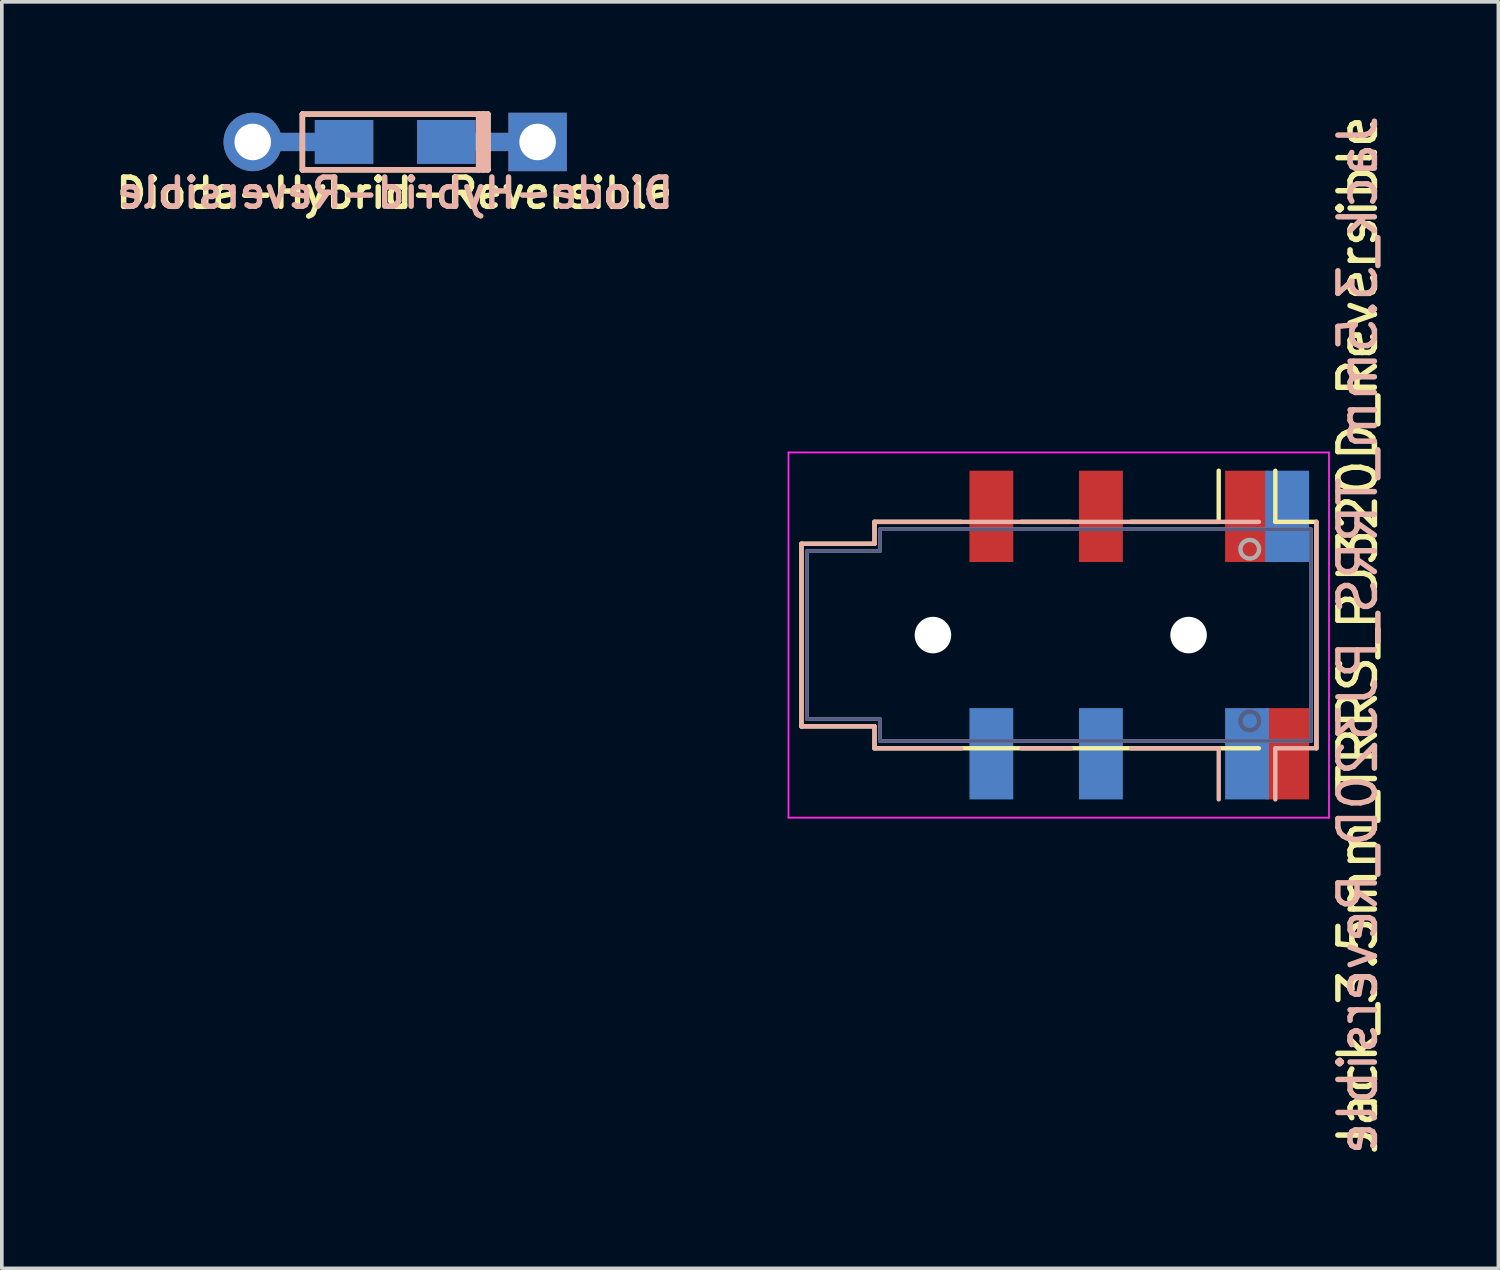
<source format=kicad_pcb>
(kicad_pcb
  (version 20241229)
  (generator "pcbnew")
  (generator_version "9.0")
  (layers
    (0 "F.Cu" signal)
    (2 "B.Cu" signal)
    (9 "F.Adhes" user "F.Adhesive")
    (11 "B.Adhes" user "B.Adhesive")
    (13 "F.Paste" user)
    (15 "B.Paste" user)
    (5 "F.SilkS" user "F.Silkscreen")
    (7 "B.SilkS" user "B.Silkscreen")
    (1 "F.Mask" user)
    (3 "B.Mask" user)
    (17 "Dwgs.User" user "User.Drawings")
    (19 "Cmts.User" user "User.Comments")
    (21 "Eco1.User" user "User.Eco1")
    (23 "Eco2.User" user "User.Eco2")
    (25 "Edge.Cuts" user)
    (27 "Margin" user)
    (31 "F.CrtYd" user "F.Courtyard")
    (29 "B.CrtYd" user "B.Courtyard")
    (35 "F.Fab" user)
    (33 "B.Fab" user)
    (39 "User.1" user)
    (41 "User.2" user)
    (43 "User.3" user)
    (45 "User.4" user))
  (footprint "Jack_3.5mm_TRRS_PJ320D_Reversible"
    (layer "F.Cu")
    (at 27.27 14.339)
    (property "Reference" "Jack_3.5mm_TRRS_PJ320D_Reversible" (at 6.858 0 90) (layer "F.SilkS") (effects (font (size 1 1) (thickness 0.15))))
    (attr smd)
    (fp_line (start -8.375 -2.5) (end -8.375 2.5) (stroke (width 0.12) (type solid)) (layer "F.SilkS"))
    (fp_line (start -6.375 -3.1) (end -6.375 -2.5) (stroke (width 0.12) (type solid)) (layer "F.SilkS"))
    (fp_line (start -6.375 -3.1) (end -4 -3.1) (stroke (width 0.12) (type solid)) (layer "F.SilkS"))
    (fp_line (start -6.375 -2.5) (end -8.375 -2.5) (stroke (width 0.12) (type solid)) (layer "F.SilkS"))
    (fp_line (start -6.375 2.5) (end -8.375 2.5) (stroke (width 0.12) (type solid)) (layer "F.SilkS"))
    (fp_line (start -6.375 2.5) (end -6.375 3.1) (stroke (width 0.12) (type solid)) (layer "F.SilkS"))
    (fp_line (start -2.35 -3.1) (end -1 -3.1) (stroke (width 0.12) (type solid)) (layer "F.SilkS"))
    (fp_line (start 0.65 -3.1) (end 3.05 -3.1) (stroke (width 0.12) (type solid)) (layer "F.SilkS"))
    (fp_line (start 3.05 -3.1) (end 3.05 -4.5) (stroke (width 0.12) (type solid)) (layer "F.SilkS"))
    (fp_line (start 4.15 3.1) (end -6.375 3.1) (stroke (width 0.12) (type solid)) (layer "F.SilkS"))
    (fp_line (start 4.6 -3.1) (end 4.6 -4.5) (stroke (width 0.12) (type solid)) (layer "F.SilkS"))
    (fp_line (start 4.6 -3.1) (end 5.725 -3.1) (stroke (width 0.12) (type solid)) (layer "F.SilkS"))
    (fp_line (start 5.725 3.1) (end 5.725 -3.1) (stroke (width 0.12) (type solid)) (layer "F.SilkS"))
    (fp_line (start -8.375 2.5) (end -8.375 -2.5) (stroke (width 0.12) (type solid)) (layer "B.SilkS"))
    (fp_line (start -6.375 -2.5) (end -8.375 -2.5) (stroke (width 0.12) (type solid)) (layer "B.SilkS"))
    (fp_line (start -6.375 -2.5) (end -6.375 -3.1) (stroke (width 0.12) (type solid)) (layer "B.SilkS"))
    (fp_line (start -6.375 2.5) (end -8.375 2.5) (stroke (width 0.12) (type solid)) (layer "B.SilkS"))
    (fp_line (start -6.375 3.1) (end -6.375 2.5) (stroke (width 0.12) (type solid)) (layer "B.SilkS"))
    (fp_line (start -6.375 3.1) (end -4 3.1) (stroke (width 0.12) (type solid)) (layer "B.SilkS"))
    (fp_line (start -2.35 3.1) (end -1 3.1) (stroke (width 0.12) (type solid)) (layer "B.SilkS"))
    (fp_line (start 0.65 3.1) (end 3.05 3.1) (stroke (width 0.12) (type solid)) (layer "B.SilkS"))
    (fp_line (start 3.05 3.1) (end 3.05 4.5) (stroke (width 0.12) (type solid)) (layer "B.SilkS"))
    (fp_line (start 4.15 -3.1) (end -6.375 -3.1) (stroke (width 0.12) (type solid)) (layer "B.SilkS"))
    (fp_line (start 4.6 3.1) (end 4.6 4.5) (stroke (width 0.12) (type solid)) (layer "B.SilkS"))
    (fp_line (start 4.6 3.1) (end 5.725 3.1) (stroke (width 0.12) (type solid)) (layer "B.SilkS"))
    (fp_line (start 5.725 -3.1) (end 5.725 3.1) (stroke (width 0.12) (type solid)) (layer "B.SilkS"))
    (fp_line (start -8.73 -5) (end 6.07 -5) (stroke (width 0.05) (type solid)) (layer "F.CrtYd"))
    (fp_line (start -8.73 5) (end -8.73 -5) (stroke (width 0.05) (type solid)) (layer "F.CrtYd"))
    (fp_line (start -8.73 5) (end 6.07 5) (stroke (width 0.05) (type solid)) (layer "F.CrtYd"))
    (fp_line (start 6.07 5) (end 6.07 -5) (stroke (width 0.05) (type solid)) (layer "F.CrtYd"))
    (fp_line (start -8.225 -2.3) (end -8.225 2.3) (stroke (width 0.1) (type solid)) (layer "B.Fab"))
    (fp_line (start -8.225 2.3) (end -6.225 2.3) (stroke (width 0.1) (type solid)) (layer "B.Fab"))
    (fp_line (start -6.225 -2.9) (end -6.225 -2.3) (stroke (width 0.1) (type solid)) (layer "B.Fab"))
    (fp_line (start -6.225 -2.3) (end -8.225 -2.3) (stroke (width 0.1) (type solid)) (layer "B.Fab"))
    (fp_line (start -6.225 2.3) (end -6.225 2.9) (stroke (width 0.1) (type solid)) (layer "B.Fab"))
    (fp_line (start -6.225 2.9) (end 5.575 2.9) (stroke (width 0.1) (type solid)) (layer "B.Fab"))
    (fp_line (start 5.575 -2.9) (end -6.225 -2.9) (stroke (width 0.1) (type solid)) (layer "B.Fab"))
    (fp_line (start 5.575 2.9) (end 5.575 -2.9) (stroke (width 0.1) (type solid)) (layer "B.Fab"))
    (fp_circle (center 3.9 2.35) (end 3.95 2.1) (stroke (width 0.12) (type solid)) (fill no) (layer "B.Fab"))
    (fp_line (start -8.225 -2.3) (end -6.225 -2.3) (stroke (width 0.1) (type solid)) (layer "F.Fab"))
    (fp_line (start -8.225 2.3) (end -8.225 -2.3) (stroke (width 0.1) (type solid)) (layer "F.Fab"))
    (fp_line (start -6.225 -2.9) (end 5.575 -2.9) (stroke (width 0.1) (type solid)) (layer "F.Fab"))
    (fp_line (start -6.225 -2.3) (end -6.225 -2.9) (stroke (width 0.1) (type solid)) (layer "F.Fab"))
    (fp_line (start -6.225 2.3) (end -8.225 2.3) (stroke (width 0.1) (type solid)) (layer "F.Fab"))
    (fp_line (start -6.225 2.9) (end -6.225 2.3) (stroke (width 0.1) (type solid)) (layer "F.Fab"))
    (fp_line (start 5.575 -2.9) (end 5.575 2.9) (stroke (width 0.1) (type solid)) (layer "F.Fab"))
    (fp_line (start 5.575 2.9) (end -6.225 2.9) (stroke (width 0.1) (type solid)) (layer "F.Fab"))
    (fp_circle (center 3.9 -2.35) (end 3.95 -2.1) (stroke (width 0.12) (type solid)) (fill no) (layer "F.Fab"))
    (fp_text user "${REFERENCE}" (at 6.858 0 90) (layer "B.SilkS") (effects (font (size 1 1) (thickness 0.15)) (justify mirror)))
    (pad "" np_thru_hole circle (at -4.775 0) (size 1 1) (drill 1) (layers "*.Cu" "*.Mask"))
    (pad "" np_thru_hole circle (at 2.225 0) (size 1 1) (drill 1) (layers "*.Cu" "*.Mask"))
    (pad "R1" smd rect (at -0.175 -3.25) (size 1.2 2.5) (layers "F.Cu" "F.Mask" "F.Paste"))
    (pad "R1" smd rect (at -0.175 3.25) (size 1.2 2.5) (layers "B.Cu" "B.Mask" "B.Paste"))
    (pad "R2" smd rect (at -3.175 -3.25) (size 1.2 2.5) (layers "F.Cu" "F.Mask" "F.Paste"))
    (pad "R2" smd rect (at -3.175 3.25) (size 1.2 2.5) (layers "B.Cu" "B.Mask" "B.Paste"))
    (pad "S" smd rect (at 4.925 -3.25) (size 1.2 2.5) (layers "B.Cu" "B.Mask" "B.Paste"))
    (pad "S" smd rect (at 4.925 3.25) (size 1.2 2.5) (layers "F.Cu" "F.Mask" "F.Paste"))
    (pad "T" smd rect (at 3.825 -3.25) (size 1.2 2.5) (layers "F.Cu" "F.Mask" "F.Paste"))
    (pad "T" smd rect (at 3.825 3.25) (size 1.2 2.5) (layers "B.Cu" "B.Mask" "B.Paste")))
  (footprint "Diode-Hybrid-Reversible"
    (layer "F.Cu")
    (at 7.77 0.837)
    (property "Reference" "Diode-Hybrid-Reversible" (at -0.025 1.4 0) (layer "F.SilkS") (effects (font (size 0.8 0.8) (thickness 0.15))))
    (attr through_hole)
    (fp_line (start -2.54 -0.762) (end -2.54 0.762) (stroke (width 0.15) (type solid)) (layer "F.SilkS"))
    (fp_line (start -2.54 0.762) (end 2.54 0.762) (stroke (width 0.15) (type solid)) (layer "F.SilkS"))
    (fp_line (start 2.286 -0.762) (end 2.286 0.762) (stroke (width 0.15) (type solid)) (layer "F.SilkS"))
    (fp_line (start 2.413 0.762) (end 2.413 -0.762) (stroke (width 0.15) (type solid)) (layer "F.SilkS"))
    (fp_line (start 2.54 -0.762) (end -2.54 -0.762) (stroke (width 0.15) (type solid)) (layer "F.SilkS"))
    (fp_line (start 2.54 0.762) (end 2.54 -0.762) (stroke (width 0.15) (type solid)) (layer "F.SilkS"))
    (fp_line (start -2.54 -0.762) (end 2.54 -0.762) (stroke (width 0.15) (type solid)) (layer "B.SilkS"))
    (fp_line (start -2.54 0.762) (end -2.54 -0.762) (stroke (width 0.15) (type solid)) (layer "B.SilkS"))
    (fp_line (start 2.286 0.762) (end 2.286 -0.762) (stroke (width 0.15) (type solid)) (layer "B.SilkS"))
    (fp_line (start 2.413 -0.762) (end 2.413 0.762) (stroke (width 0.15) (type solid)) (layer "B.SilkS"))
    (fp_line (start 2.54 -0.762) (end 2.54 0.762) (stroke (width 0.15) (type solid)) (layer "B.SilkS"))
    (fp_line (start 2.54 0.762) (end -2.54 0.762) (stroke (width 0.15) (type solid)) (layer "B.SilkS"))
    (fp_text user "${REFERENCE}" (at 0 1.397 0) (layer "B.SilkS") (effects (font (size 0.8 0.8) (thickness 0.15)) (justify mirror)))
    (pad "1" smd rect (at 1.4 0) (size 1.6 1.2) (layers "F.Cu" "F.Mask" "F.Paste"))
    (pad "1" smd rect (at 1.4 0) (size 1.6 1.2) (layers "B.Cu" "B.Mask" "B.Paste"))
    (pad "1" smd rect (at 2.5 0) (size 2.9 0.5) (layers "F.Cu"))
    (pad "1" smd rect (at 2.5 0) (size 2.9 0.5) (layers "B.Cu"))
    (pad "1" thru_hole rect (at 3.9 0) (size 1.6 1.6) (drill 1) (layers "*.Cu" "*.Mask"))
    (pad "2" thru_hole circle (at -3.9 0) (size 1.6 1.6) (drill 1) (layers "*.Cu" "*.Mask"))
    (pad "2" smd rect (at -2.5 0) (size 2.9 0.5) (layers "F.Cu"))
    (pad "2" smd rect (at -2.5 0) (size 2.9 0.5) (layers "B.Cu"))
    (pad "2" smd rect (at -1.4 0) (size 1.6 1.2) (layers "F.Cu" "F.Mask" "F.Paste"))
    (pad "2" smd rect (at -1.4 0) (size 1.6 1.2) (layers "B.Cu" "B.Mask" "B.Paste")))
  (gr_rect
    (start -3 -3)
    (end 37.977 31.679)
    (stroke (width 0.1) (type default))
    (fill no)
    (layer "Edge.Cuts")))
</source>
